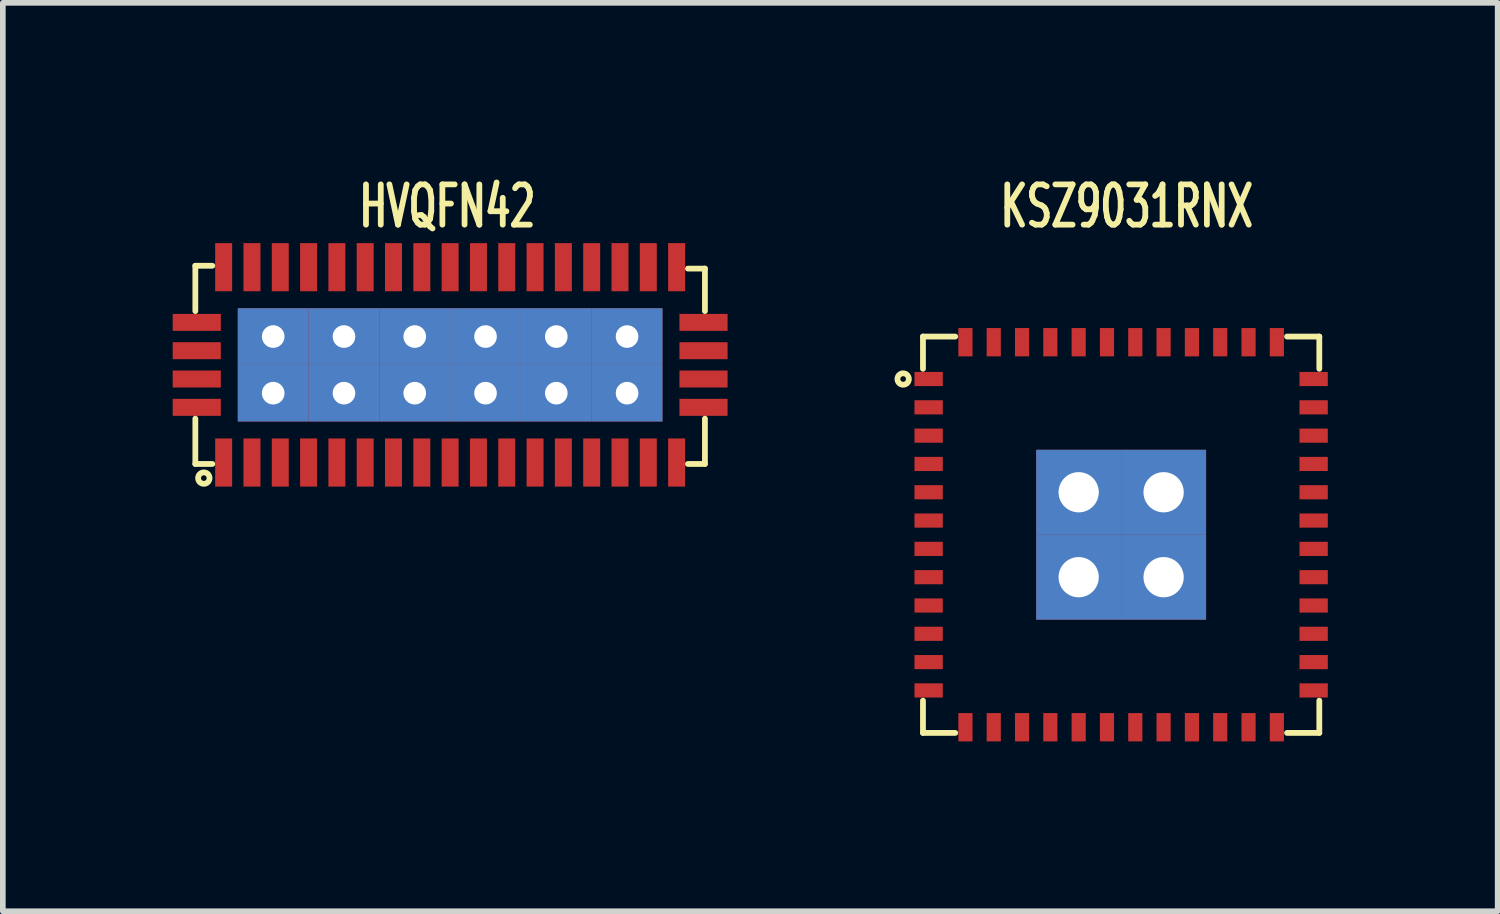
<source format=kicad_pcb>
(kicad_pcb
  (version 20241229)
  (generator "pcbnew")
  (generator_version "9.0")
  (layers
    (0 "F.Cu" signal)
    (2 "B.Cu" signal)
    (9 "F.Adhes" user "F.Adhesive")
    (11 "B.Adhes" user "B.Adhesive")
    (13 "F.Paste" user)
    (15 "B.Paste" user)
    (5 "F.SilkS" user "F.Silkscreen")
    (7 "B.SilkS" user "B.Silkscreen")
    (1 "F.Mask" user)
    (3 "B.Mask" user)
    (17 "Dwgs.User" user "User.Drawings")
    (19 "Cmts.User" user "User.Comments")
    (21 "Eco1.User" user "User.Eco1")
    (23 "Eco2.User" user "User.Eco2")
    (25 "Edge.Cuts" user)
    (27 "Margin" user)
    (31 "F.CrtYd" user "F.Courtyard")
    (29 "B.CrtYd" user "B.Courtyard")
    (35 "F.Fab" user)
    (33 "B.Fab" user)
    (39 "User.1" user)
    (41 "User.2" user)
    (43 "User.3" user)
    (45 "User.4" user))
  (footprint "HVQFN42"
    (layer "F.Cu")
    (at 4.9 3.394)
    (property "Reference" "HVQFN42" (at -0.05 -2.8 0) (layer "F.SilkS") (effects (font (size 0.711 0.457) (thickness 0.102))))
    (attr through_hole)
    (fp_line (start -4.5 -1.75) (end -4.5 -0.95) (stroke (width 0.102) (type solid)) (layer "F.SilkS"))
    (fp_line (start -4.5 0.95) (end -4.5 1.75) (stroke (width 0.102) (type solid)) (layer "F.SilkS"))
    (fp_line (start -4.5 1.75) (end -4.2 1.75) (stroke (width 0.102) (type solid)) (layer "F.SilkS"))
    (fp_line (start -4.2 -1.75) (end -4.5 -1.75) (stroke (width 0.102) (type solid)) (layer "F.SilkS"))
    (fp_line (start 4.2 1.75) (end 4.5 1.75) (stroke (width 0.102) (type solid)) (layer "F.SilkS"))
    (fp_line (start 4.5 -1.7) (end 4.2 -1.7) (stroke (width 0.102) (type solid)) (layer "F.SilkS"))
    (fp_line (start 4.5 -0.95) (end 4.5 -1.7) (stroke (width 0.102) (type solid)) (layer "F.SilkS"))
    (fp_line (start 4.5 1.75) (end 4.5 0.95) (stroke (width 0.102) (type solid)) (layer "F.SilkS"))
    (fp_circle (center -4.35 2) (end -4.35 1.95) (stroke (width 0.102) (type solid)) (fill no) (layer "F.SilkS"))
    (pad "1" smd rect (at -4 1.725) (size 0.3 0.85) (layers "F.Cu" "F.Mask" "F.Paste"))
    (pad "2" smd rect (at -3.5 1.725) (size 0.3 0.85) (layers "F.Cu" "F.Mask" "F.Paste"))
    (pad "3" smd rect (at -3 1.725) (size 0.3 0.85) (layers "F.Cu" "F.Mask" "F.Paste"))
    (pad "4" smd rect (at -2.5 1.725) (size 0.3 0.85) (layers "F.Cu" "F.Mask" "F.Paste"))
    (pad "5" smd rect (at -2 1.725) (size 0.3 0.85) (layers "F.Cu" "F.Mask" "F.Paste"))
    (pad "6" smd rect (at -1.5 1.725) (size 0.3 0.85) (layers "F.Cu" "F.Mask" "F.Paste"))
    (pad "7" smd rect (at -1 1.725) (size 0.3 0.85) (layers "F.Cu" "F.Mask" "F.Paste"))
    (pad "8" smd rect (at -0.5 1.725) (size 0.3 0.85) (layers "F.Cu" "F.Mask" "F.Paste"))
    (pad "9" smd rect (at 0 1.725) (size 0.3 0.85) (layers "F.Cu" "F.Mask" "F.Paste"))
    (pad "10" smd rect (at 0.5 1.725) (size 0.3 0.85) (layers "F.Cu" "F.Mask" "F.Paste"))
    (pad "11" smd rect (at 1 1.725) (size 0.3 0.85) (layers "F.Cu" "F.Mask" "F.Paste"))
    (pad "12" smd rect (at 1.5 1.725) (size 0.3 0.85) (layers "F.Cu" "F.Mask" "F.Paste"))
    (pad "13" smd rect (at 2 1.725) (size 0.3 0.85) (layers "F.Cu" "F.Mask" "F.Paste"))
    (pad "14" smd rect (at 2.5 1.725) (size 0.3 0.85) (layers "F.Cu" "F.Mask" "F.Paste"))
    (pad "15" smd rect (at 3 1.725) (size 0.3 0.85) (layers "F.Cu" "F.Mask" "F.Paste"))
    (pad "16" smd rect (at 3.5 1.725) (size 0.3 0.85) (layers "F.Cu" "F.Mask" "F.Paste"))
    (pad "17" smd rect (at 4 1.725) (size 0.3 0.85) (layers "F.Cu" "F.Mask" "F.Paste"))
    (pad "18" smd rect (at 4.475 0.75 90) (size 0.3 0.85) (layers "F.Cu" "F.Mask" "F.Paste"))
    (pad "19" smd rect (at 4.475 0.25 90) (size 0.3 0.85) (layers "F.Cu" "F.Mask" "F.Paste"))
    (pad "20" smd rect (at 4.475 -0.25 90) (size 0.3 0.85) (layers "F.Cu" "F.Mask" "F.Paste"))
    (pad "21" smd rect (at 4.475 -0.75 90) (size 0.3 0.85) (layers "F.Cu" "F.Mask" "F.Paste"))
    (pad "22" smd rect (at 4 -1.725) (size 0.3 0.85) (layers "F.Cu" "F.Mask" "F.Paste"))
    (pad "23" smd rect (at 3.5 -1.725) (size 0.3 0.85) (layers "F.Cu" "F.Mask" "F.Paste"))
    (pad "24" smd rect (at 3 -1.725) (size 0.3 0.85) (layers "F.Cu" "F.Mask" "F.Paste"))
    (pad "25" smd rect (at 2.5 -1.725) (size 0.3 0.85) (layers "F.Cu" "F.Mask" "F.Paste"))
    (pad "26" smd rect (at 2 -1.725) (size 0.3 0.85) (layers "F.Cu" "F.Mask" "F.Paste"))
    (pad "27" smd rect (at 1.5 -1.725) (size 0.3 0.85) (layers "F.Cu" "F.Mask" "F.Paste"))
    (pad "28" smd rect (at 1 -1.725) (size 0.3 0.85) (layers "F.Cu" "F.Mask" "F.Paste"))
    (pad "29" smd rect (at 0.5 -1.725) (size 0.3 0.85) (layers "F.Cu" "F.Mask" "F.Paste"))
    (pad "30" smd rect (at 0 -1.725) (size 0.3 0.85) (layers "F.Cu" "F.Mask" "F.Paste"))
    (pad "31" smd rect (at -0.5 -1.725) (size 0.3 0.85) (layers "F.Cu" "F.Mask" "F.Paste"))
    (pad "32" smd rect (at -1 -1.725) (size 0.3 0.85) (layers "F.Cu" "F.Mask" "F.Paste"))
    (pad "33" smd rect (at -1.5 -1.725) (size 0.3 0.85) (layers "F.Cu" "F.Mask" "F.Paste"))
    (pad "34" smd rect (at -2 -1.725) (size 0.3 0.85) (layers "F.Cu" "F.Mask" "F.Paste"))
    (pad "35" smd rect (at -2.5 -1.725) (size 0.3 0.85) (layers "F.Cu" "F.Mask" "F.Paste"))
    (pad "36" smd rect (at -3 -1.725) (size 0.3 0.85) (layers "F.Cu" "F.Mask" "F.Paste"))
    (pad "37" smd rect (at -3.5 -1.725) (size 0.3 0.85) (layers "F.Cu" "F.Mask" "F.Paste"))
    (pad "38" smd rect (at -4 -1.725) (size 0.3 0.85) (layers "F.Cu" "F.Mask" "F.Paste"))
    (pad "39" smd rect (at -4.475 -0.75 90) (size 0.3 0.85) (layers "F.Cu" "F.Mask" "F.Paste"))
    (pad "40" smd rect (at -4.475 -0.25 90) (size 0.3 0.85) (layers "F.Cu" "F.Mask" "F.Paste"))
    (pad "41" smd rect (at -4.475 0.25 90) (size 0.3 0.85) (layers "F.Cu" "F.Mask" "F.Paste"))
    (pad "42" smd rect (at -4.475 0.75 90) (size 0.3 0.85) (layers "F.Cu" "F.Mask" "F.Paste"))
    (pad "43" thru_hole rect (at -3.125 -0.5) (size 1.25 1) (drill 0.4) (layers "*.Cu" "*.Mask" "F.Paste"))
    (pad "43" thru_hole rect (at -3.125 0.5) (size 1.25 1) (drill 0.4) (layers "*.Cu" "*.Mask" "F.Paste"))
    (pad "43" thru_hole rect (at -1.875 -0.5) (size 1.25 1) (drill 0.4) (layers "*.Cu" "*.Mask" "F.Paste"))
    (pad "43" thru_hole rect (at -1.875 0.5) (size 1.25 1) (drill 0.4) (layers "*.Cu" "*.Mask" "F.Paste"))
    (pad "43" thru_hole rect (at -0.625 -0.5) (size 1.25 1) (drill 0.4) (layers "*.Cu" "*.Mask" "F.Paste"))
    (pad "43" thru_hole rect (at -0.625 0.5) (size 1.25 1) (drill 0.4) (layers "*.Cu" "*.Mask" "F.Paste"))
    (pad "43" thru_hole rect (at 0.625 -0.5) (size 1.25 1) (drill 0.4) (layers "*.Cu" "*.Mask" "F.Paste"))
    (pad "43" thru_hole rect (at 0.625 0.5) (size 1.25 1) (drill 0.4) (layers "*.Cu" "*.Mask" "F.Paste"))
    (pad "43" thru_hole rect (at 1.875 -0.5) (size 1.25 1) (drill 0.4) (layers "*.Cu" "*.Mask" "F.Paste"))
    (pad "43" thru_hole rect (at 1.875 0.5) (size 1.25 1) (drill 0.4) (layers "*.Cu" "*.Mask" "F.Paste"))
    (pad "43" thru_hole rect (at 3.125 -0.5) (size 1.25 1) (drill 0.4) (layers "*.Cu" "*.Mask" "F.Paste"))
    (pad "43" thru_hole rect (at 3.125 0.5) (size 1.25 1) (drill 0.4) (layers "*.Cu" "*.Mask" "F.Paste")))
  (footprint "KSZ9031RNX"
    (layer "F.Cu")
    (at 16.751 6.394)
    (property "Reference" "KSZ9031RNX" (at 0.1 -5.8 0) (layer "F.SilkS") (effects (font (size 0.711 0.457) (thickness 0.102))))
    (attr through_hole)
    (fp_line (start -3.5 -3.5) (end -3.5 -2.93) (stroke (width 0.102) (type solid)) (layer "F.SilkS"))
    (fp_line (start -3.5 2.93) (end -3.5 3.5) (stroke (width 0.102) (type solid)) (layer "F.SilkS"))
    (fp_line (start -3.5 3.5) (end -2.93 3.5) (stroke (width 0.102) (type solid)) (layer "F.SilkS"))
    (fp_line (start -2.93 -3.5) (end -3.5 -3.5) (stroke (width 0.102) (type solid)) (layer "F.SilkS"))
    (fp_line (start 2.93 -3.5) (end 3.5 -3.5) (stroke (width 0.102) (type solid)) (layer "F.SilkS"))
    (fp_line (start 3.5 -3.5) (end 3.5 -2.93) (stroke (width 0.102) (type solid)) (layer "F.SilkS"))
    (fp_line (start 3.5 2.93) (end 3.5 3.5) (stroke (width 0.102) (type solid)) (layer "F.SilkS"))
    (fp_line (start 3.5 3.5) (end 2.93 3.5) (stroke (width 0.102) (type solid)) (layer "F.SilkS"))
    (fp_circle (center -3.85 -2.75) (end -3.8 -2.75) (stroke (width 0.102) (type solid)) (fill no) (layer "F.SilkS"))
    (pad "1" smd rect (at -3.4 -2.75 90) (size 0.25 0.5) (layers "F.Cu" "F.Mask" "F.Paste"))
    (pad "2" smd rect (at -3.4 -2.25 90) (size 0.25 0.5) (layers "F.Cu" "F.Mask" "F.Paste"))
    (pad "3" smd rect (at -3.4 -1.75 90) (size 0.25 0.5) (layers "F.Cu" "F.Mask" "F.Paste"))
    (pad "4" smd rect (at -3.4 -1.25 90) (size 0.25 0.5) (layers "F.Cu" "F.Mask" "F.Paste"))
    (pad "5" smd rect (at -3.4 -0.75 90) (size 0.25 0.5) (layers "F.Cu" "F.Mask" "F.Paste"))
    (pad "6" smd rect (at -3.4 -0.25 90) (size 0.25 0.5) (layers "F.Cu" "F.Mask" "F.Paste"))
    (pad "7" smd rect (at -3.4 0.25 90) (size 0.25 0.5) (layers "F.Cu" "F.Mask" "F.Paste"))
    (pad "8" smd rect (at -3.4 0.75 90) (size 0.25 0.5) (layers "F.Cu" "F.Mask" "F.Paste"))
    (pad "9" smd rect (at -3.4 1.25 90) (size 0.25 0.5) (layers "F.Cu" "F.Mask" "F.Paste"))
    (pad "10" smd rect (at -3.4 1.75 90) (size 0.25 0.5) (layers "F.Cu" "F.Mask" "F.Paste"))
    (pad "11" smd rect (at -3.4 2.25 90) (size 0.25 0.5) (layers "F.Cu" "F.Mask" "F.Paste"))
    (pad "12" smd rect (at -3.4 2.75 90) (size 0.25 0.5) (layers "F.Cu" "F.Mask" "F.Paste"))
    (pad "13" smd rect (at -2.75 3.4) (size 0.25 0.5) (layers "F.Cu" "F.Mask" "F.Paste"))
    (pad "14" smd rect (at -2.25 3.4) (size 0.25 0.5) (layers "F.Cu" "F.Mask" "F.Paste"))
    (pad "15" smd rect (at -1.75 3.4) (size 0.25 0.5) (layers "F.Cu" "F.Mask" "F.Paste"))
    (pad "16" smd rect (at -1.25 3.4) (size 0.25 0.5) (layers "F.Cu" "F.Mask" "F.Paste"))
    (pad "17" smd rect (at -0.75 3.4) (size 0.25 0.5) (layers "F.Cu" "F.Mask" "F.Paste"))
    (pad "18" smd rect (at -0.25 3.4) (size 0.25 0.5) (layers "F.Cu" "F.Mask" "F.Paste"))
    (pad "19" smd rect (at 0.25 3.4) (size 0.25 0.5) (layers "F.Cu" "F.Mask" "F.Paste"))
    (pad "20" smd rect (at 0.75 3.4) (size 0.25 0.5) (layers "F.Cu" "F.Mask" "F.Paste"))
    (pad "21" smd rect (at 1.25 3.4) (size 0.25 0.5) (layers "F.Cu" "F.Mask" "F.Paste"))
    (pad "22" smd rect (at 1.75 3.4) (size 0.25 0.5) (layers "F.Cu" "F.Mask" "F.Paste"))
    (pad "23" smd rect (at 2.25 3.4) (size 0.25 0.5) (layers "F.Cu" "F.Mask" "F.Paste"))
    (pad "24" smd rect (at 2.75 3.4) (size 0.25 0.5) (layers "F.Cu" "F.Mask" "F.Paste"))
    (pad "25" smd rect (at 3.4 2.75 90) (size 0.25 0.5) (layers "F.Cu" "F.Mask" "F.Paste"))
    (pad "26" smd rect (at 3.4 2.25 90) (size 0.25 0.5) (layers "F.Cu" "F.Mask" "F.Paste"))
    (pad "27" smd rect (at 3.4 1.75 90) (size 0.25 0.5) (layers "F.Cu" "F.Mask" "F.Paste"))
    (pad "28" smd rect (at 3.4 1.25 90) (size 0.25 0.5) (layers "F.Cu" "F.Mask" "F.Paste"))
    (pad "29" smd rect (at 3.4 0.75 90) (size 0.25 0.5) (layers "F.Cu" "F.Mask" "F.Paste"))
    (pad "30" smd rect (at 3.4 0.25 90) (size 0.25 0.5) (layers "F.Cu" "F.Mask" "F.Paste"))
    (pad "31" smd rect (at 3.4 -0.25 90) (size 0.25 0.5) (layers "F.Cu" "F.Mask" "F.Paste"))
    (pad "32" smd rect (at 3.4 -0.75 90) (size 0.25 0.5) (layers "F.Cu" "F.Mask" "F.Paste"))
    (pad "33" smd rect (at 3.4 -1.25 90) (size 0.25 0.5) (layers "F.Cu" "F.Mask" "F.Paste"))
    (pad "34" smd rect (at 3.4 -1.75 90) (size 0.25 0.5) (layers "F.Cu" "F.Mask" "F.Paste"))
    (pad "35" smd rect (at 3.4 -2.25 90) (size 0.25 0.5) (layers "F.Cu" "F.Mask" "F.Paste"))
    (pad "36" smd rect (at 3.4 -2.75 90) (size 0.25 0.5) (layers "F.Cu" "F.Mask" "F.Paste"))
    (pad "37" smd rect (at 2.75 -3.4) (size 0.25 0.5) (layers "F.Cu" "F.Mask" "F.Paste"))
    (pad "38" smd rect (at 2.25 -3.4) (size 0.25 0.5) (layers "F.Cu" "F.Mask" "F.Paste"))
    (pad "39" smd rect (at 1.75 -3.4) (size 0.25 0.5) (layers "F.Cu" "F.Mask" "F.Paste"))
    (pad "40" smd rect (at 1.25 -3.4) (size 0.25 0.5) (layers "F.Cu" "F.Mask" "F.Paste"))
    (pad "41" smd rect (at 0.75 -3.4) (size 0.25 0.5) (layers "F.Cu" "F.Mask" "F.Paste"))
    (pad "42" smd rect (at 0.25 -3.4) (size 0.25 0.5) (layers "F.Cu" "F.Mask" "F.Paste"))
    (pad "43" smd rect (at -0.25 -3.4) (size 0.25 0.5) (layers "F.Cu" "F.Mask" "F.Paste"))
    (pad "44" smd rect (at -0.75 -3.4) (size 0.25 0.5) (layers "F.Cu" "F.Mask" "F.Paste"))
    (pad "45" smd rect (at -1.25 -3.4) (size 0.25 0.5) (layers "F.Cu" "F.Mask" "F.Paste"))
    (pad "46" smd rect (at -1.75 -3.4) (size 0.25 0.5) (layers "F.Cu" "F.Mask" "F.Paste"))
    (pad "47" smd rect (at -2.25 -3.4) (size 0.25 0.5) (layers "F.Cu" "F.Mask" "F.Paste"))
    (pad "48" smd rect (at -2.75 -3.4) (size 0.25 0.5) (layers "F.Cu" "F.Mask" "F.Paste"))
    (pad "49" thru_hole rect (at -0.75 -0.75) (size 1.5 1.5) (drill 0.711) (layers "*.Cu" "*.Mask" "F.Paste"))
    (pad "49" thru_hole rect (at -0.75 0.75) (size 1.5 1.5) (drill 0.711) (layers "*.Cu" "*.Mask" "F.Paste"))
    (pad "49" thru_hole rect (at 0.75 -0.75) (size 1.5 1.5) (drill 0.711) (layers "*.Cu" "*.Mask" "F.Paste"))
    (pad "49" thru_hole rect (at 0.75 0.75) (size 1.5 1.5) (drill 0.711) (layers "*.Cu" "*.Mask" "F.Paste")))
  (gr_rect
    (start -3 -3)
    (end 23.401 13.044)
    (stroke (width 0.1) (type default))
    (fill no)
    (layer "Edge.Cuts")))
</source>
